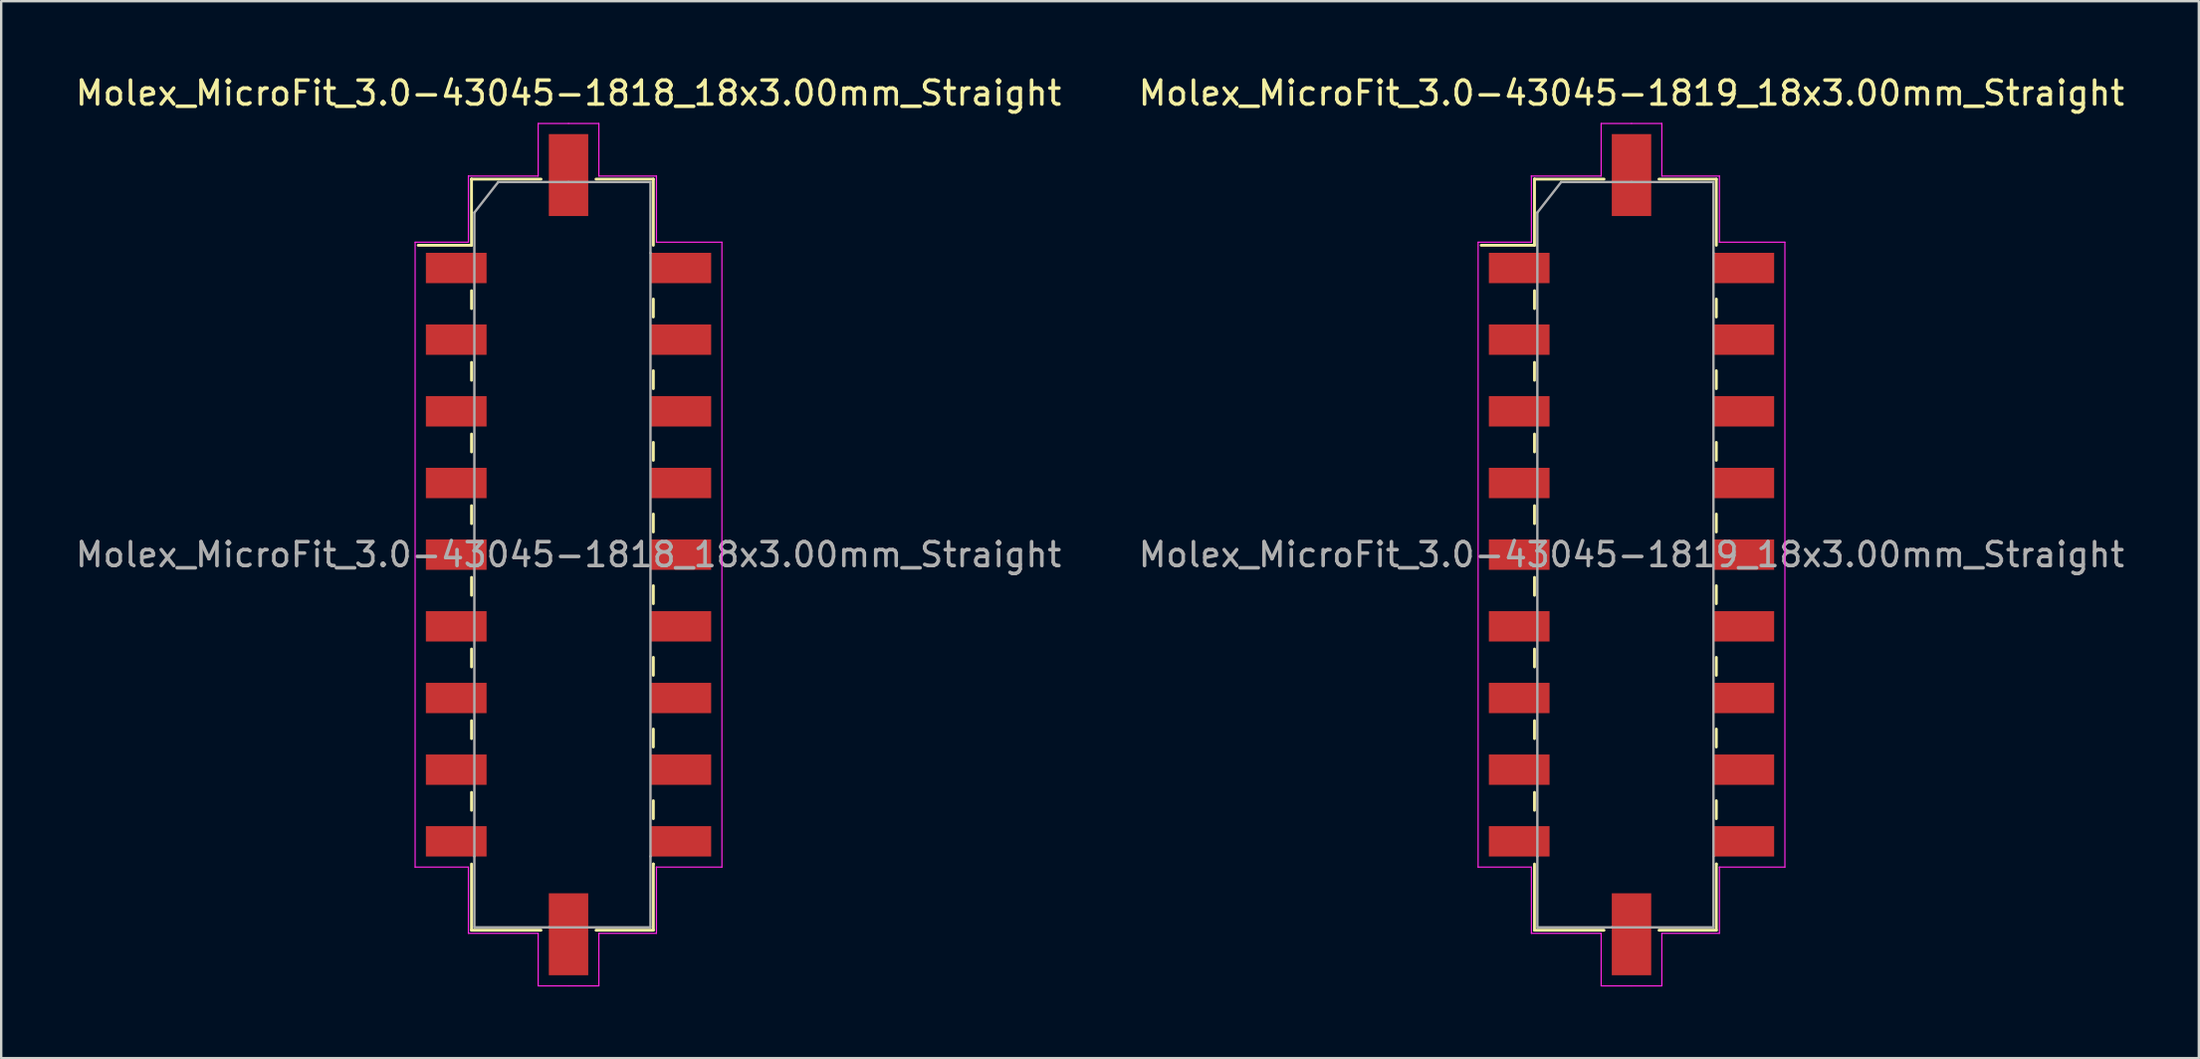
<source format=kicad_pcb>
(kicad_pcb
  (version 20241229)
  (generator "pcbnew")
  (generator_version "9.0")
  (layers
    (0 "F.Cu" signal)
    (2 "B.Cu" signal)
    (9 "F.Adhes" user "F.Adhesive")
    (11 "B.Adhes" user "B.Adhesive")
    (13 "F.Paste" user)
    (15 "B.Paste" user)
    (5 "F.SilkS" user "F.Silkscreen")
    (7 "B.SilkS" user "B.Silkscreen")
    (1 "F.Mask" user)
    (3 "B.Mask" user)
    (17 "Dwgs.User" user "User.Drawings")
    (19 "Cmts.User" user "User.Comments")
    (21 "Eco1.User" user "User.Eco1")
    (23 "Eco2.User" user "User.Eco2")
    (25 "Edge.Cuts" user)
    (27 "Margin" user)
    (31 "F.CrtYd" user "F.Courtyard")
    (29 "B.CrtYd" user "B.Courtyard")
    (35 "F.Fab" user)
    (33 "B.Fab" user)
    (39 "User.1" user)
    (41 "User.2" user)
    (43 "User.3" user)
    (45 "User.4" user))
  (footprint "Molex_MicroFit_3.0-43045-1819_18x3.00mm_Straight"
    (layer "F.Cu")
    (at 65.232 20.168)
    (property "Reference" "Molex_MicroFit_3.0-43045-1819_18x3.00mm_Straight" (at 0 -19.32 0) (layer "F.SilkS") (effects (font (size 1 1) (thickness 0.15))))
    (attr smd)
    (fp_line (start -6.29 -12.95) (end -4.06 -12.95) (stroke (width 0.12) (type solid)) (layer "F.SilkS"))
    (fp_line (start -4.06 -15.72) (end -4.06 -15.72) (stroke (width 0.12) (type solid)) (layer "F.SilkS"))
    (fp_line (start -4.06 -15.72) (end -1.15 -15.72) (stroke (width 0.12) (type solid)) (layer "F.SilkS"))
    (fp_line (start -4.06 -12.95) (end -4.06 -15.72) (stroke (width 0.12) (type solid)) (layer "F.SilkS"))
    (fp_line (start -4.06 -11.05) (end -4.06 -10.3) (stroke (width 0.12) (type solid)) (layer "F.SilkS"))
    (fp_line (start -4.06 -8.05) (end -4.06 -7.3) (stroke (width 0.12) (type solid)) (layer "F.SilkS"))
    (fp_line (start -4.06 -5.05) (end -4.06 -4.3) (stroke (width 0.12) (type solid)) (layer "F.SilkS"))
    (fp_line (start -4.06 -2.05) (end -4.06 -1.3) (stroke (width 0.12) (type solid)) (layer "F.SilkS"))
    (fp_line (start -4.06 0.95) (end -4.06 1.7) (stroke (width 0.12) (type solid)) (layer "F.SilkS"))
    (fp_line (start -4.06 3.95) (end -4.06 4.7) (stroke (width 0.12) (type solid)) (layer "F.SilkS"))
    (fp_line (start -4.06 6.95) (end -4.06 7.7) (stroke (width 0.12) (type solid)) (layer "F.SilkS"))
    (fp_line (start -4.06 9.95) (end -4.06 10.7) (stroke (width 0.12) (type solid)) (layer "F.SilkS"))
    (fp_line (start -4.06 15.72) (end -4.06 12.95) (stroke (width 0.12) (type solid)) (layer "F.SilkS"))
    (fp_line (start -1.15 15.72) (end -4.06 15.72) (stroke (width 0.12) (type solid)) (layer "F.SilkS"))
    (fp_line (start 1.15 -15.72) (end 3.55 -15.72) (stroke (width 0.12) (type solid)) (layer "F.SilkS"))
    (fp_line (start 3.55 -15.72) (end 3.55 -12.95) (stroke (width 0.12) (type solid)) (layer "F.SilkS"))
    (fp_line (start 3.55 -9.95) (end 3.55 -10.7) (stroke (width 0.12) (type solid)) (layer "F.SilkS"))
    (fp_line (start 3.55 -6.95) (end 3.55 -7.7) (stroke (width 0.12) (type solid)) (layer "F.SilkS"))
    (fp_line (start 3.55 -3.95) (end 3.55 -4.7) (stroke (width 0.12) (type solid)) (layer "F.SilkS"))
    (fp_line (start 3.55 -0.95) (end 3.55 -1.7) (stroke (width 0.12) (type solid)) (layer "F.SilkS"))
    (fp_line (start 3.55 2.05) (end 3.55 1.3) (stroke (width 0.12) (type solid)) (layer "F.SilkS"))
    (fp_line (start 3.55 5.05) (end 3.55 4.3) (stroke (width 0.12) (type solid)) (layer "F.SilkS"))
    (fp_line (start 3.55 8.05) (end 3.55 7.3) (stroke (width 0.12) (type solid)) (layer "F.SilkS"))
    (fp_line (start 3.55 11.05) (end 3.55 10.3) (stroke (width 0.12) (type solid)) (layer "F.SilkS"))
    (fp_line (start 3.55 12.95) (end 3.55 12.95) (stroke (width 0.12) (type solid)) (layer "F.SilkS"))
    (fp_line (start 3.55 12.95) (end 3.55 15.72) (stroke (width 0.12) (type solid)) (layer "F.SilkS"))
    (fp_line (start 3.55 15.72) (end 1.15 15.72) (stroke (width 0.12) (type solid)) (layer "F.SilkS"))
    (fp_line (start -6.42 -13.08) (end -4.19 -13.08) (stroke (width 0.05) (type solid)) (layer "F.CrtYd"))
    (fp_line (start -6.42 13.08) (end -6.42 -13.08) (stroke (width 0.05) (type solid)) (layer "F.CrtYd"))
    (fp_line (start -4.19 -15.85) (end -4.19 -15.85) (stroke (width 0.05) (type solid)) (layer "F.CrtYd"))
    (fp_line (start -4.19 -15.85) (end -1.27 -15.85) (stroke (width 0.05) (type solid)) (layer "F.CrtYd"))
    (fp_line (start -4.19 -13.08) (end -4.19 -15.85) (stroke (width 0.05) (type solid)) (layer "F.CrtYd"))
    (fp_line (start -4.19 13.08) (end -6.42 13.08) (stroke (width 0.05) (type solid)) (layer "F.CrtYd"))
    (fp_line (start -4.19 15.85) (end -4.19 13.08) (stroke (width 0.05) (type solid)) (layer "F.CrtYd"))
    (fp_line (start -1.27 -18.05) (end 0 -18.05) (stroke (width 0.05) (type solid)) (layer "F.CrtYd"))
    (fp_line (start -1.27 -15.85) (end -1.27 -18.05) (stroke (width 0.05) (type solid)) (layer "F.CrtYd"))
    (fp_line (start -1.27 15.85) (end -4.19 15.85) (stroke (width 0.05) (type solid)) (layer "F.CrtYd"))
    (fp_line (start -1.27 18.05) (end -1.27 15.85) (stroke (width 0.05) (type solid)) (layer "F.CrtYd"))
    (fp_line (start 0 -18.05) (end 1.27 -18.05) (stroke (width 0.05) (type solid)) (layer "F.CrtYd"))
    (fp_line (start 0 18.05) (end -1.27 18.05) (stroke (width 0.05) (type solid)) (layer "F.CrtYd"))
    (fp_line (start 1.27 -18.05) (end 1.27 -15.85) (stroke (width 0.05) (type solid)) (layer "F.CrtYd"))
    (fp_line (start 1.27 -15.85) (end 3.68 -15.85) (stroke (width 0.05) (type solid)) (layer "F.CrtYd"))
    (fp_line (start 1.27 15.85) (end 1.27 18.05) (stroke (width 0.05) (type solid)) (layer "F.CrtYd"))
    (fp_line (start 1.27 18.05) (end 0 18.05) (stroke (width 0.05) (type solid)) (layer "F.CrtYd"))
    (fp_line (start 3.68 -15.85) (end 3.68 -13.08) (stroke (width 0.05) (type solid)) (layer "F.CrtYd"))
    (fp_line (start 3.68 -13.08) (end 6.42 -13.08) (stroke (width 0.05) (type solid)) (layer "F.CrtYd"))
    (fp_line (start 3.68 13.08) (end 3.68 13.08) (stroke (width 0.05) (type solid)) (layer "F.CrtYd"))
    (fp_line (start 3.68 13.08) (end 3.68 15.85) (stroke (width 0.05) (type solid)) (layer "F.CrtYd"))
    (fp_line (start 3.68 15.85) (end 1.27 15.85) (stroke (width 0.05) (type solid)) (layer "F.CrtYd"))
    (fp_line (start 6.42 -13.08) (end 6.42 13.08) (stroke (width 0.05) (type solid)) (layer "F.CrtYd"))
    (fp_line (start 6.42 13.08) (end 3.68 13.08) (stroke (width 0.05) (type solid)) (layer "F.CrtYd"))
    (fp_line (start -3.94 -14.32) (end -2.94 -15.6) (stroke (width 0.1) (type solid)) (layer "F.Fab"))
    (fp_line (start -3.94 12.63) (end -3.94 -14.32) (stroke (width 0.1) (type solid)) (layer "F.Fab"))
    (fp_line (start -3.94 15.6) (end -3.94 12.63) (stroke (width 0.1) (type solid)) (layer "F.Fab"))
    (fp_line (start -2.94 -15.6) (end 0 -15.6) (stroke (width 0.1) (type solid)) (layer "F.Fab"))
    (fp_line (start -0.82 15.6) (end -3.94 15.6) (stroke (width 0.1) (type solid)) (layer "F.Fab"))
    (fp_line (start 0 -15.6) (end 3.43 -15.6) (stroke (width 0.1) (type solid)) (layer "F.Fab"))
    (fp_line (start 3.43 -15.6) (end 3.43 -12.63) (stroke (width 0.1) (type solid)) (layer "F.Fab"))
    (fp_line (start 3.43 -12.63) (end 3.43 12.63) (stroke (width 0.1) (type solid)) (layer "F.Fab"))
    (fp_line (start 3.43 12.63) (end 3.43 15.6) (stroke (width 0.1) (type solid)) (layer "F.Fab"))
    (fp_line (start 3.43 15.6) (end -0.82 15.6) (stroke (width 0.1) (type solid)) (layer "F.Fab"))
    (fp_text user "${REFERENCE}" (at 0 0 0) (layer "F.Fab") (effects (font (size 1 1) (thickness 0.15))))
    (pad "" smd rect (at 0 -15.89) (size 1.65 3.43) (layers "F.Cu" "F.Mask" "F.Paste"))
    (pad "" smd rect (at 0 15.89) (size 1.65 3.43) (layers "F.Cu" "F.Mask" "F.Paste"))
    (pad "1" smd rect (at -4.7 -12) (size 2.54 1.27) (layers "F.Cu" "F.Mask" "F.Paste"))
    (pad "2" smd rect (at -4.7 -9) (size 2.54 1.27) (layers "F.Cu" "F.Mask" "F.Paste"))
    (pad "3" smd rect (at -4.7 -6) (size 2.54 1.27) (layers "F.Cu" "F.Mask" "F.Paste"))
    (pad "4" smd rect (at -4.7 -3) (size 2.54 1.27) (layers "F.Cu" "F.Mask" "F.Paste"))
    (pad "5" smd rect (at -4.7 0) (size 2.54 1.27) (layers "F.Cu" "F.Mask" "F.Paste"))
    (pad "6" smd rect (at -4.7 3) (size 2.54 1.27) (layers "F.Cu" "F.Mask" "F.Paste"))
    (pad "7" smd rect (at -4.7 6) (size 2.54 1.27) (layers "F.Cu" "F.Mask" "F.Paste"))
    (pad "8" smd rect (at -4.7 9) (size 2.54 1.27) (layers "F.Cu" "F.Mask" "F.Paste"))
    (pad "9" smd rect (at -4.7 12) (size 2.54 1.27) (layers "F.Cu" "F.Mask" "F.Paste"))
    (pad "10" smd rect (at 4.7 12) (size 2.54 1.27) (layers "F.Cu" "F.Mask" "F.Paste"))
    (pad "11" smd rect (at 4.7 9) (size 2.54 1.27) (layers "F.Cu" "F.Mask" "F.Paste"))
    (pad "12" smd rect (at 4.7 6) (size 2.54 1.27) (layers "F.Cu" "F.Mask" "F.Paste"))
    (pad "13" smd rect (at 4.7 3) (size 2.54 1.27) (layers "F.Cu" "F.Mask" "F.Paste"))
    (pad "14" smd rect (at 4.7 0) (size 2.54 1.27) (layers "F.Cu" "F.Mask" "F.Paste"))
    (pad "15" smd rect (at 4.7 -3) (size 2.54 1.27) (layers "F.Cu" "F.Mask" "F.Paste"))
    (pad "16" smd rect (at 4.7 -6) (size 2.54 1.27) (layers "F.Cu" "F.Mask" "F.Paste"))
    (pad "17" smd rect (at 4.7 -9) (size 2.54 1.27) (layers "F.Cu" "F.Mask" "F.Paste"))
    (pad "18" smd rect (at 4.7 -12) (size 2.54 1.27) (layers "F.Cu" "F.Mask" "F.Paste")))
  (footprint "Molex_MicroFit_3.0-43045-1818_18x3.00mm_Straight"
    (layer "F.Cu")
    (at 20.744 20.168)
    (property "Reference" "Molex_MicroFit_3.0-43045-1818_18x3.00mm_Straight" (at 0 -19.32 0) (layer "F.SilkS") (effects (font (size 1 1) (thickness 0.15))))
    (attr smd)
    (fp_line (start -6.29 -12.95) (end -4.06 -12.95) (stroke (width 0.12) (type solid)) (layer "F.SilkS"))
    (fp_line (start -4.06 -15.72) (end -4.06 -15.72) (stroke (width 0.12) (type solid)) (layer "F.SilkS"))
    (fp_line (start -4.06 -15.72) (end -1.15 -15.72) (stroke (width 0.12) (type solid)) (layer "F.SilkS"))
    (fp_line (start -4.06 -12.95) (end -4.06 -15.72) (stroke (width 0.12) (type solid)) (layer "F.SilkS"))
    (fp_line (start -4.06 -11.05) (end -4.06 -10.3) (stroke (width 0.12) (type solid)) (layer "F.SilkS"))
    (fp_line (start -4.06 -8.05) (end -4.06 -7.3) (stroke (width 0.12) (type solid)) (layer "F.SilkS"))
    (fp_line (start -4.06 -5.05) (end -4.06 -4.3) (stroke (width 0.12) (type solid)) (layer "F.SilkS"))
    (fp_line (start -4.06 -2.05) (end -4.06 -1.3) (stroke (width 0.12) (type solid)) (layer "F.SilkS"))
    (fp_line (start -4.06 0.95) (end -4.06 1.7) (stroke (width 0.12) (type solid)) (layer "F.SilkS"))
    (fp_line (start -4.06 3.95) (end -4.06 4.7) (stroke (width 0.12) (type solid)) (layer "F.SilkS"))
    (fp_line (start -4.06 6.95) (end -4.06 7.7) (stroke (width 0.12) (type solid)) (layer "F.SilkS"))
    (fp_line (start -4.06 9.95) (end -4.06 10.7) (stroke (width 0.12) (type solid)) (layer "F.SilkS"))
    (fp_line (start -4.06 15.72) (end -4.06 12.95) (stroke (width 0.12) (type solid)) (layer "F.SilkS"))
    (fp_line (start -1.15 15.72) (end -4.06 15.72) (stroke (width 0.12) (type solid)) (layer "F.SilkS"))
    (fp_line (start 1.15 -15.72) (end 3.55 -15.72) (stroke (width 0.12) (type solid)) (layer "F.SilkS"))
    (fp_line (start 3.55 -15.72) (end 3.55 -12.95) (stroke (width 0.12) (type solid)) (layer "F.SilkS"))
    (fp_line (start 3.55 -9.95) (end 3.55 -10.7) (stroke (width 0.12) (type solid)) (layer "F.SilkS"))
    (fp_line (start 3.55 -6.95) (end 3.55 -7.7) (stroke (width 0.12) (type solid)) (layer "F.SilkS"))
    (fp_line (start 3.55 -3.95) (end 3.55 -4.7) (stroke (width 0.12) (type solid)) (layer "F.SilkS"))
    (fp_line (start 3.55 -0.95) (end 3.55 -1.7) (stroke (width 0.12) (type solid)) (layer "F.SilkS"))
    (fp_line (start 3.55 2.05) (end 3.55 1.3) (stroke (width 0.12) (type solid)) (layer "F.SilkS"))
    (fp_line (start 3.55 5.05) (end 3.55 4.3) (stroke (width 0.12) (type solid)) (layer "F.SilkS"))
    (fp_line (start 3.55 8.05) (end 3.55 7.3) (stroke (width 0.12) (type solid)) (layer "F.SilkS"))
    (fp_line (start 3.55 11.05) (end 3.55 10.3) (stroke (width 0.12) (type solid)) (layer "F.SilkS"))
    (fp_line (start 3.55 12.95) (end 3.55 12.95) (stroke (width 0.12) (type solid)) (layer "F.SilkS"))
    (fp_line (start 3.55 12.95) (end 3.55 15.72) (stroke (width 0.12) (type solid)) (layer "F.SilkS"))
    (fp_line (start 3.55 15.72) (end 1.15 15.72) (stroke (width 0.12) (type solid)) (layer "F.SilkS"))
    (fp_line (start -6.42 -13.08) (end -4.19 -13.08) (stroke (width 0.05) (type solid)) (layer "F.CrtYd"))
    (fp_line (start -6.42 13.08) (end -6.42 -13.08) (stroke (width 0.05) (type solid)) (layer "F.CrtYd"))
    (fp_line (start -4.19 -15.85) (end -4.19 -15.85) (stroke (width 0.05) (type solid)) (layer "F.CrtYd"))
    (fp_line (start -4.19 -15.85) (end -1.27 -15.85) (stroke (width 0.05) (type solid)) (layer "F.CrtYd"))
    (fp_line (start -4.19 -13.08) (end -4.19 -15.85) (stroke (width 0.05) (type solid)) (layer "F.CrtYd"))
    (fp_line (start -4.19 13.08) (end -6.42 13.08) (stroke (width 0.05) (type solid)) (layer "F.CrtYd"))
    (fp_line (start -4.19 15.85) (end -4.19 13.08) (stroke (width 0.05) (type solid)) (layer "F.CrtYd"))
    (fp_line (start -1.27 -18.05) (end 0 -18.05) (stroke (width 0.05) (type solid)) (layer "F.CrtYd"))
    (fp_line (start -1.27 -15.85) (end -1.27 -18.05) (stroke (width 0.05) (type solid)) (layer "F.CrtYd"))
    (fp_line (start -1.27 15.85) (end -4.19 15.85) (stroke (width 0.05) (type solid)) (layer "F.CrtYd"))
    (fp_line (start -1.27 18.05) (end -1.27 15.85) (stroke (width 0.05) (type solid)) (layer "F.CrtYd"))
    (fp_line (start 0 -18.05) (end 1.27 -18.05) (stroke (width 0.05) (type solid)) (layer "F.CrtYd"))
    (fp_line (start 0 18.05) (end -1.27 18.05) (stroke (width 0.05) (type solid)) (layer "F.CrtYd"))
    (fp_line (start 1.27 -18.05) (end 1.27 -15.85) (stroke (width 0.05) (type solid)) (layer "F.CrtYd"))
    (fp_line (start 1.27 -15.85) (end 3.68 -15.85) (stroke (width 0.05) (type solid)) (layer "F.CrtYd"))
    (fp_line (start 1.27 15.85) (end 1.27 18.05) (stroke (width 0.05) (type solid)) (layer "F.CrtYd"))
    (fp_line (start 1.27 18.05) (end 0 18.05) (stroke (width 0.05) (type solid)) (layer "F.CrtYd"))
    (fp_line (start 3.68 -15.85) (end 3.68 -13.08) (stroke (width 0.05) (type solid)) (layer "F.CrtYd"))
    (fp_line (start 3.68 -13.08) (end 6.42 -13.08) (stroke (width 0.05) (type solid)) (layer "F.CrtYd"))
    (fp_line (start 3.68 13.08) (end 3.68 13.08) (stroke (width 0.05) (type solid)) (layer "F.CrtYd"))
    (fp_line (start 3.68 13.08) (end 3.68 15.85) (stroke (width 0.05) (type solid)) (layer "F.CrtYd"))
    (fp_line (start 3.68 15.85) (end 1.27 15.85) (stroke (width 0.05) (type solid)) (layer "F.CrtYd"))
    (fp_line (start 6.42 -13.08) (end 6.42 13.08) (stroke (width 0.05) (type solid)) (layer "F.CrtYd"))
    (fp_line (start 6.42 13.08) (end 3.68 13.08) (stroke (width 0.05) (type solid)) (layer "F.CrtYd"))
    (fp_line (start -3.94 -14.32) (end -2.94 -15.6) (stroke (width 0.1) (type solid)) (layer "F.Fab"))
    (fp_line (start -3.94 12.63) (end -3.94 -14.32) (stroke (width 0.1) (type solid)) (layer "F.Fab"))
    (fp_line (start -3.94 15.6) (end -3.94 12.63) (stroke (width 0.1) (type solid)) (layer "F.Fab"))
    (fp_line (start -2.94 -15.6) (end 0 -15.6) (stroke (width 0.1) (type solid)) (layer "F.Fab"))
    (fp_line (start -0.82 15.6) (end -3.94 15.6) (stroke (width 0.1) (type solid)) (layer "F.Fab"))
    (fp_line (start 0 -15.6) (end 3.43 -15.6) (stroke (width 0.1) (type solid)) (layer "F.Fab"))
    (fp_line (start 3.43 -15.6) (end 3.43 -12.63) (stroke (width 0.1) (type solid)) (layer "F.Fab"))
    (fp_line (start 3.43 -12.63) (end 3.43 12.63) (stroke (width 0.1) (type solid)) (layer "F.Fab"))
    (fp_line (start 3.43 12.63) (end 3.43 15.6) (stroke (width 0.1) (type solid)) (layer "F.Fab"))
    (fp_line (start 3.43 15.6) (end -0.82 15.6) (stroke (width 0.1) (type solid)) (layer "F.Fab"))
    (fp_text user "${REFERENCE}" (at 0 0 0) (layer "F.Fab") (effects (font (size 1 1) (thickness 0.15))))
    (pad "" smd rect (at 0 -15.89) (size 1.65 3.43) (layers "F.Cu" "F.Mask" "F.Paste"))
    (pad "" smd rect (at 0 15.89) (size 1.65 3.43) (layers "F.Cu" "F.Mask" "F.Paste"))
    (pad "1" smd rect (at -4.7 -12) (size 2.54 1.27) (layers "F.Cu" "F.Mask" "F.Paste"))
    (pad "2" smd rect (at -4.7 -9) (size 2.54 1.27) (layers "F.Cu" "F.Mask" "F.Paste"))
    (pad "3" smd rect (at -4.7 -6) (size 2.54 1.27) (layers "F.Cu" "F.Mask" "F.Paste"))
    (pad "4" smd rect (at -4.7 -3) (size 2.54 1.27) (layers "F.Cu" "F.Mask" "F.Paste"))
    (pad "5" smd rect (at -4.7 0) (size 2.54 1.27) (layers "F.Cu" "F.Mask" "F.Paste"))
    (pad "6" smd rect (at -4.7 3) (size 2.54 1.27) (layers "F.Cu" "F.Mask" "F.Paste"))
    (pad "7" smd rect (at -4.7 6) (size 2.54 1.27) (layers "F.Cu" "F.Mask" "F.Paste"))
    (pad "8" smd rect (at -4.7 9) (size 2.54 1.27) (layers "F.Cu" "F.Mask" "F.Paste"))
    (pad "9" smd rect (at -4.7 12) (size 2.54 1.27) (layers "F.Cu" "F.Mask" "F.Paste"))
    (pad "10" smd rect (at 4.7 12) (size 2.54 1.27) (layers "F.Cu" "F.Mask" "F.Paste"))
    (pad "11" smd rect (at 4.7 9) (size 2.54 1.27) (layers "F.Cu" "F.Mask" "F.Paste"))
    (pad "12" smd rect (at 4.7 6) (size 2.54 1.27) (layers "F.Cu" "F.Mask" "F.Paste"))
    (pad "13" smd rect (at 4.7 3) (size 2.54 1.27) (layers "F.Cu" "F.Mask" "F.Paste"))
    (pad "14" smd rect (at 4.7 0) (size 2.54 1.27) (layers "F.Cu" "F.Mask" "F.Paste"))
    (pad "15" smd rect (at 4.7 -3) (size 2.54 1.27) (layers "F.Cu" "F.Mask" "F.Paste"))
    (pad "16" smd rect (at 4.7 -6) (size 2.54 1.27) (layers "F.Cu" "F.Mask" "F.Paste"))
    (pad "17" smd rect (at 4.7 -9) (size 2.54 1.27) (layers "F.Cu" "F.Mask" "F.Paste"))
    (pad "18" smd rect (at 4.7 -12) (size 2.54 1.27) (layers "F.Cu" "F.Mask" "F.Paste")))
  (gr_rect
    (start -3 -3)
    (end 88.976 41.243)
    (stroke (width 0.1) (type default))
    (fill no)
    (layer "Edge.Cuts")))
</source>
